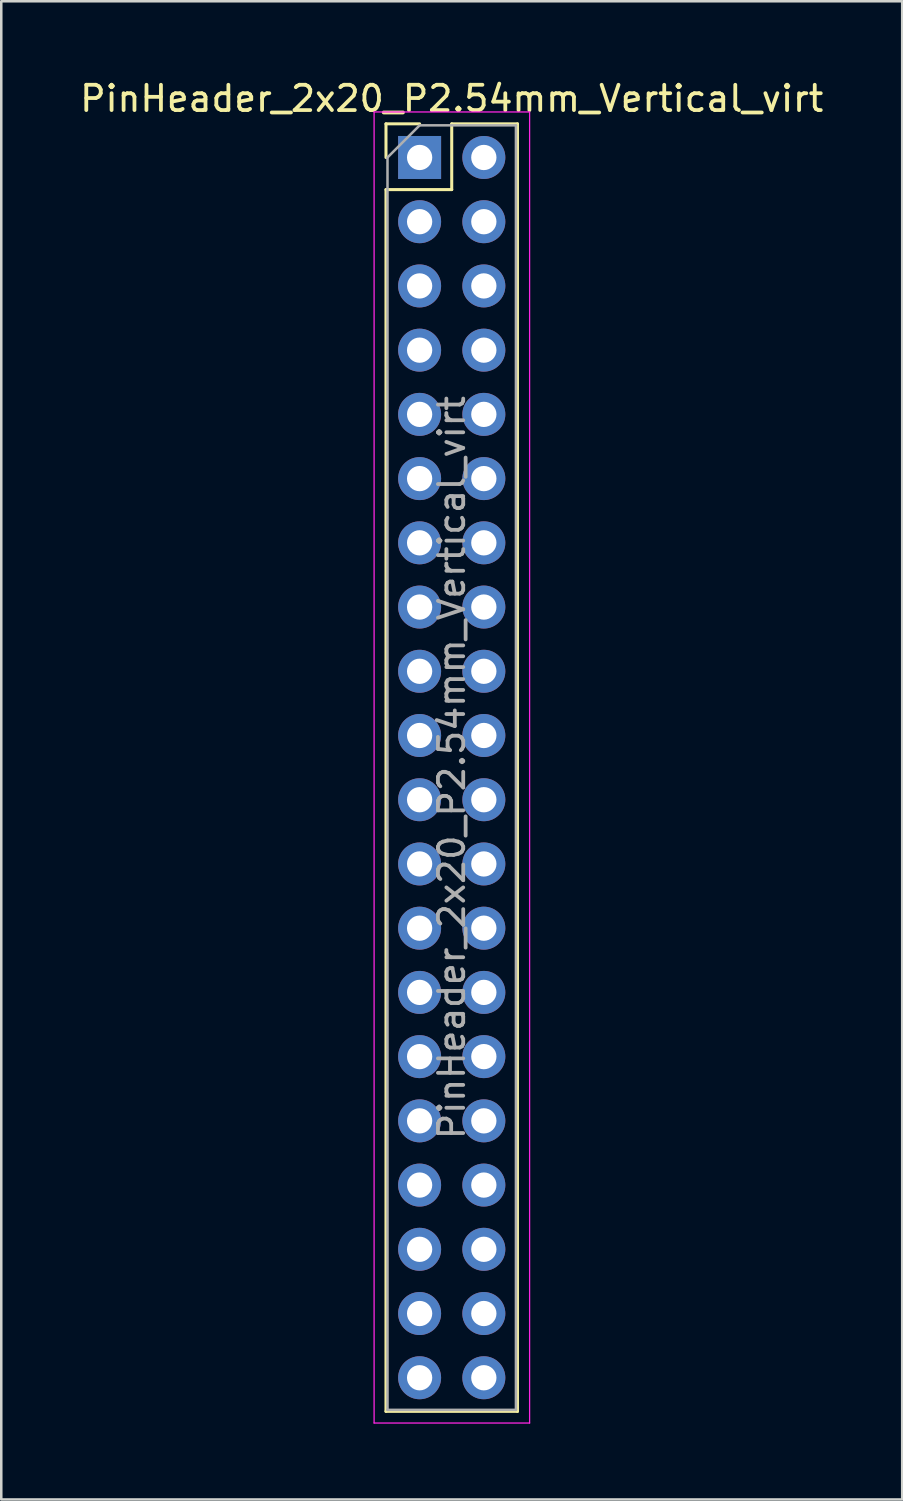
<source format=kicad_pcb>
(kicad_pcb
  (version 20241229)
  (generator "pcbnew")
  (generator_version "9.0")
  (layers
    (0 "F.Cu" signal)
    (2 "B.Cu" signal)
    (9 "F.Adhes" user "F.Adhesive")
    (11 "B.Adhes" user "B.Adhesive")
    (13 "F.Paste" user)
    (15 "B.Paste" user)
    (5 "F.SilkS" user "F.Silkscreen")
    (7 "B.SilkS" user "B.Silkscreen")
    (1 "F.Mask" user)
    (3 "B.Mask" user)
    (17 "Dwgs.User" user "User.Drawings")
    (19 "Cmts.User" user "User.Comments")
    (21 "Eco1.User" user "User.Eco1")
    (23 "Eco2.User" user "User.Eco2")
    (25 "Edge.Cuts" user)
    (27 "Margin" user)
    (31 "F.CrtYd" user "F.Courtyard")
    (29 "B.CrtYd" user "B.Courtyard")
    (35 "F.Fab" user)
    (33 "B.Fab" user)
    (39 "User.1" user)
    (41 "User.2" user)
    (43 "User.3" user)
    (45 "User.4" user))
  (footprint "PinHeader_2x20_P2.54mm_Vertical_virt"
    (layer "F.Cu")
    (at 13.545 3.178)
    (property "Reference" "PinHeader_2x20_P2.54mm_Vertical_virt" (at 1.27 -2.33 0) (layer "F.SilkS") (effects (font (size 1 1) (thickness 0.15))))
    (attr exclude_from_pos_files exclude_from_bom)
    (fp_line (start -1.33 -1.33) (end 0 -1.33) (stroke (width 0.12) (type solid)) (layer "F.SilkS"))
    (fp_line (start -1.33 0) (end -1.33 -1.33) (stroke (width 0.12) (type solid)) (layer "F.SilkS"))
    (fp_line (start -1.33 1.27) (end -1.33 49.59) (stroke (width 0.12) (type solid)) (layer "F.SilkS"))
    (fp_line (start -1.33 1.27) (end 1.27 1.27) (stroke (width 0.12) (type solid)) (layer "F.SilkS"))
    (fp_line (start -1.33 49.59) (end 3.87 49.59) (stroke (width 0.12) (type solid)) (layer "F.SilkS"))
    (fp_line (start 1.27 -1.33) (end 3.87 -1.33) (stroke (width 0.12) (type solid)) (layer "F.SilkS"))
    (fp_line (start 1.27 1.27) (end 1.27 -1.33) (stroke (width 0.12) (type solid)) (layer "F.SilkS"))
    (fp_line (start 3.87 -1.33) (end 3.87 49.59) (stroke (width 0.12) (type solid)) (layer "F.SilkS"))
    (fp_line (start -1.8 -1.8) (end -1.8 50.05) (stroke (width 0.05) (type solid)) (layer "F.CrtYd"))
    (fp_line (start -1.8 50.05) (end 4.35 50.05) (stroke (width 0.05) (type solid)) (layer "F.CrtYd"))
    (fp_line (start 4.35 -1.8) (end -1.8 -1.8) (stroke (width 0.05) (type solid)) (layer "F.CrtYd"))
    (fp_line (start 4.35 50.05) (end 4.35 -1.8) (stroke (width 0.05) (type solid)) (layer "F.CrtYd"))
    (fp_line (start -1.27 0) (end 0 -1.27) (stroke (width 0.1) (type solid)) (layer "F.Fab"))
    (fp_line (start -1.27 49.53) (end -1.27 0) (stroke (width 0.1) (type solid)) (layer "F.Fab"))
    (fp_line (start 0 -1.27) (end 3.81 -1.27) (stroke (width 0.1) (type solid)) (layer "F.Fab"))
    (fp_line (start 3.81 -1.27) (end 3.81 49.53) (stroke (width 0.1) (type solid)) (layer "F.Fab"))
    (fp_line (start 3.81 49.53) (end -1.27 49.53) (stroke (width 0.1) (type solid)) (layer "F.Fab"))
    (fp_text user "${REFERENCE}" (at 1.27 24.13 270) (layer "F.Fab") (effects (font (size 1 1) (thickness 0.15))))
    (pad "1" thru_hole rect (at 0 0) (size 1.7 1.7) (drill 1) (layers "*.Cu" "*.Mask"))
    (pad "2" thru_hole oval (at 2.54 0) (size 1.7 1.7) (drill 1) (layers "*.Cu" "*.Mask"))
    (pad "3" thru_hole oval (at 0 2.54) (size 1.7 1.7) (drill 1) (layers "*.Cu" "*.Mask"))
    (pad "4" thru_hole oval (at 2.54 2.54) (size 1.7 1.7) (drill 1) (layers "*.Cu" "*.Mask"))
    (pad "5" thru_hole oval (at 0 5.08) (size 1.7 1.7) (drill 1) (layers "*.Cu" "*.Mask"))
    (pad "6" thru_hole oval (at 2.54 5.08) (size 1.7 1.7) (drill 1) (layers "*.Cu" "*.Mask"))
    (pad "7" thru_hole oval (at 0 7.62) (size 1.7 1.7) (drill 1) (layers "*.Cu" "*.Mask"))
    (pad "8" thru_hole oval (at 2.54 7.62) (size 1.7 1.7) (drill 1) (layers "*.Cu" "*.Mask"))
    (pad "9" thru_hole oval (at 0 10.16) (size 1.7 1.7) (drill 1) (layers "*.Cu" "*.Mask"))
    (pad "10" thru_hole oval (at 2.54 10.16) (size 1.7 1.7) (drill 1) (layers "*.Cu" "*.Mask"))
    (pad "11" thru_hole oval (at 0 12.7) (size 1.7 1.7) (drill 1) (layers "*.Cu" "*.Mask"))
    (pad "12" thru_hole oval (at 2.54 12.7) (size 1.7 1.7) (drill 1) (layers "*.Cu" "*.Mask"))
    (pad "13" thru_hole oval (at 0 15.24) (size 1.7 1.7) (drill 1) (layers "*.Cu" "*.Mask"))
    (pad "14" thru_hole oval (at 2.54 15.24) (size 1.7 1.7) (drill 1) (layers "*.Cu" "*.Mask"))
    (pad "15" thru_hole oval (at 0 17.78) (size 1.7 1.7) (drill 1) (layers "*.Cu" "*.Mask"))
    (pad "16" thru_hole oval (at 2.54 17.78) (size 1.7 1.7) (drill 1) (layers "*.Cu" "*.Mask"))
    (pad "17" thru_hole oval (at 0 20.32) (size 1.7 1.7) (drill 1) (layers "*.Cu" "*.Mask"))
    (pad "18" thru_hole oval (at 2.54 20.32) (size 1.7 1.7) (drill 1) (layers "*.Cu" "*.Mask"))
    (pad "19" thru_hole oval (at 0 22.86) (size 1.7 1.7) (drill 1) (layers "*.Cu" "*.Mask"))
    (pad "20" thru_hole oval (at 2.54 22.86) (size 1.7 1.7) (drill 1) (layers "*.Cu" "*.Mask"))
    (pad "21" thru_hole oval (at 0 25.4) (size 1.7 1.7) (drill 1) (layers "*.Cu" "*.Mask"))
    (pad "22" thru_hole oval (at 2.54 25.4) (size 1.7 1.7) (drill 1) (layers "*.Cu" "*.Mask"))
    (pad "23" thru_hole oval (at 0 27.94) (size 1.7 1.7) (drill 1) (layers "*.Cu" "*.Mask"))
    (pad "24" thru_hole oval (at 2.54 27.94) (size 1.7 1.7) (drill 1) (layers "*.Cu" "*.Mask"))
    (pad "25" thru_hole oval (at 0 30.48) (size 1.7 1.7) (drill 1) (layers "*.Cu" "*.Mask"))
    (pad "26" thru_hole oval (at 2.54 30.48) (size 1.7 1.7) (drill 1) (layers "*.Cu" "*.Mask"))
    (pad "27" thru_hole oval (at 0 33.02) (size 1.7 1.7) (drill 1) (layers "*.Cu" "*.Mask"))
    (pad "28" thru_hole oval (at 2.54 33.02) (size 1.7 1.7) (drill 1) (layers "*.Cu" "*.Mask"))
    (pad "29" thru_hole oval (at 0 35.56) (size 1.7 1.7) (drill 1) (layers "*.Cu" "*.Mask"))
    (pad "30" thru_hole oval (at 2.54 35.56) (size 1.7 1.7) (drill 1) (layers "*.Cu" "*.Mask"))
    (pad "31" thru_hole oval (at 0 38.1) (size 1.7 1.7) (drill 1) (layers "*.Cu" "*.Mask"))
    (pad "32" thru_hole oval (at 2.54 38.1) (size 1.7 1.7) (drill 1) (layers "*.Cu" "*.Mask"))
    (pad "33" thru_hole oval (at 0 40.64) (size 1.7 1.7) (drill 1) (layers "*.Cu" "*.Mask"))
    (pad "34" thru_hole oval (at 2.54 40.64) (size 1.7 1.7) (drill 1) (layers "*.Cu" "*.Mask"))
    (pad "35" thru_hole oval (at 0 43.18) (size 1.7 1.7) (drill 1) (layers "*.Cu" "*.Mask"))
    (pad "36" thru_hole oval (at 2.54 43.18) (size 1.7 1.7) (drill 1) (layers "*.Cu" "*.Mask"))
    (pad "37" thru_hole oval (at 0 45.72) (size 1.7 1.7) (drill 1) (layers "*.Cu" "*.Mask"))
    (pad "38" thru_hole oval (at 2.54 45.72) (size 1.7 1.7) (drill 1) (layers "*.Cu" "*.Mask"))
    (pad "39" thru_hole oval (at 0 48.26) (size 1.7 1.7) (drill 1) (layers "*.Cu" "*.Mask"))
    (pad "40" thru_hole oval (at 2.54 48.26) (size 1.7 1.7) (drill 1) (layers "*.Cu" "*.Mask")))
  (gr_rect
    (start -3 -3)
    (end 32.631 56.253)
    (stroke (width 0.1) (type default))
    (fill no)
    (layer "Edge.Cuts")))
</source>
